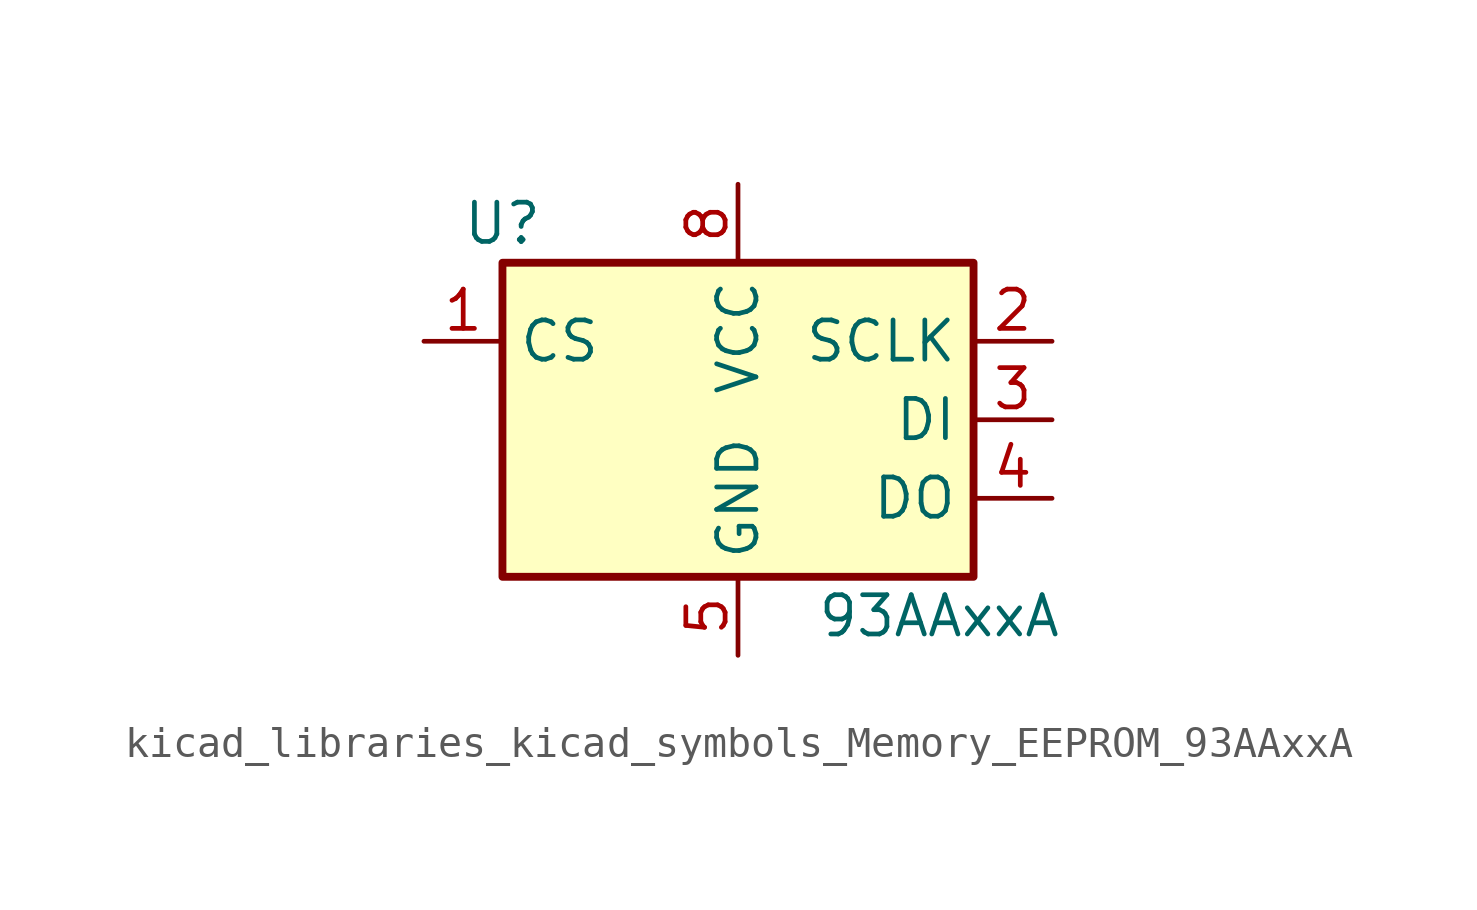
<source format=kicad_sym>
(kicad_symbol_lib
  (version 20220914)
  (generator kicad_symbol_editor)
  (symbol "kicad_libraries_kicad_symbols_Memory_EEPROM_93AAxxA"
    (property "Reference" "U"
      (at -7.62 6.35 0)
      (effects (font (size 1.27 1.27))))
    (property "Value" "93AAxxA"
      (at 2.54 -6.35 0)
      (effects (font (size 1.27 1.27)) (justify left)))
    (symbol "kicad_libraries_kicad_symbols_Memory_EEPROM_93AAxxA_1_1"
      (rectangle (start -7.62 5.08) (end 7.62 -5.08) (stroke (width 0.254) (type default)) (fill (type background)))
      (pin input line (at -10.16 2.54 0) (length 2.54) (name "CS" (effects (font (size 1.27 1.27)))) (number "1" (effects (font (size 1.27 1.27)))))
      (pin input line (at 10.16 2.54 180) (length 2.54) (name "SCLK" (effects (font (size 1.27 1.27)))) (number "2" (effects (font (size 1.27 1.27)))))
      (pin input line (at 10.16 0 180) (length 2.54) (name "DI" (effects (font (size 1.27 1.27)))) (number "3" (effects (font (size 1.27 1.27)))))
      (pin tri_state line (at 10.16 -2.54 180) (length 2.54) (name "DO" (effects (font (size 1.27 1.27)))) (number "4" (effects (font (size 1.27 1.27)))))
      (pin power_in line (at 0 -7.62 90) (length 2.54) (name "GND" (effects (font (size 1.27 1.27)))) (number "5" (effects (font (size 1.27 1.27)))))
      (pin no_connect line (at -7.62 0 0) (length 2.54) hide (name "NC" (effects (font (size 1.27 1.27)))) (number "6" (effects (font (size 1.27 1.27)))))
      (pin no_connect line (at -7.62 -2.54 0) (length 2.54) hide (name "NC" (effects (font (size 1.27 1.27)))) (number "7" (effects (font (size 1.27 1.27)))))
      (pin power_in line (at 0 7.62 270) (length 2.54) (name "VCC" (effects (font (size 1.27 1.27)))) (number "8" (effects (font (size 1.27 1.27))))))))
</source>
